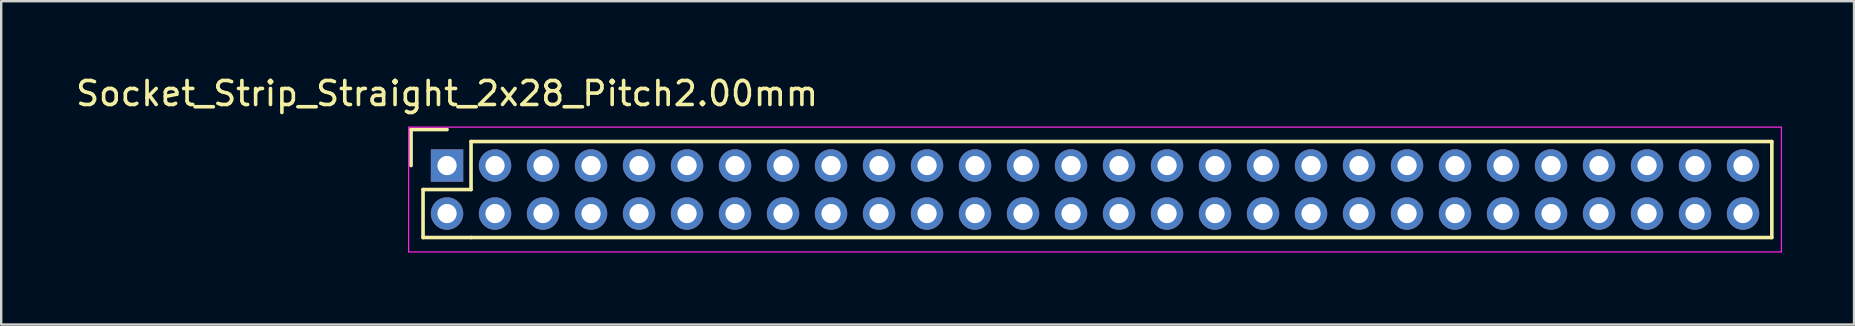
<source format=kicad_pcb>
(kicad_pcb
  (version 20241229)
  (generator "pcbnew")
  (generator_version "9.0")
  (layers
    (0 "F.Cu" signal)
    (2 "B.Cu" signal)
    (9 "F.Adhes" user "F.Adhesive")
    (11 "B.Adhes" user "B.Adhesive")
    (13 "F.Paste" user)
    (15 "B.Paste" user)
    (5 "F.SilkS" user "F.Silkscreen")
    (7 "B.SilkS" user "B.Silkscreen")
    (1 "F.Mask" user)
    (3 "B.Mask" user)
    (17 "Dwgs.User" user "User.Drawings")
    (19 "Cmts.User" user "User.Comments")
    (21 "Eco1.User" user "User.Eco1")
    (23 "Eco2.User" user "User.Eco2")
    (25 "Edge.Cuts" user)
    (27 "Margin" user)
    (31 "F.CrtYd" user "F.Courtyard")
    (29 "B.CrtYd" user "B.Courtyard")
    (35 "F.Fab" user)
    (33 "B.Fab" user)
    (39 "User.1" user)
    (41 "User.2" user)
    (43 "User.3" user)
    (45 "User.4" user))
  (footprint "Socket_Strip_Straight_2x28_Pitch2.00mm"
    (layer "F.Cu")
    (at 15.577 3.848)
    (property "Reference" "Socket_Strip_Straight_2x28_Pitch2.00mm" (at 0 -3 0) (layer "F.SilkS") (effects (font (size 1 1) (thickness 0.15))))
    (attr through_hole)
    (fp_line (start -1.5 -1.5) (end -1.5 0) (stroke (width 0.15) (type solid)) (layer "F.SilkS"))
    (fp_line (start -1 1) (end -1 3) (stroke (width 0.15) (type solid)) (layer "F.SilkS"))
    (fp_line (start -1 3) (end 1 3) (stroke (width 0.15) (type solid)) (layer "F.SilkS"))
    (fp_line (start 0 -1.5) (end -1.5 -1.5) (stroke (width 0.15) (type solid)) (layer "F.SilkS"))
    (fp_line (start 1 -1) (end 1 1) (stroke (width 0.15) (type solid)) (layer "F.SilkS"))
    (fp_line (start 1 1) (end -1 1) (stroke (width 0.15) (type solid)) (layer "F.SilkS"))
    (fp_line (start 1 3) (end 55.2 3) (stroke (width 0.15) (type solid)) (layer "F.SilkS"))
    (fp_line (start 55.2 -1) (end 1 -1) (stroke (width 0.15) (type solid)) (layer "F.SilkS"))
    (fp_line (start 55.2 3) (end 55.2 -1) (stroke (width 0.15) (type solid)) (layer "F.SilkS"))
    (fp_line (start -1.6 -1.6) (end -1.6 3.6) (stroke (width 0.05) (type solid)) (layer "F.CrtYd"))
    (fp_line (start -1.6 3.6) (end 55.6 3.6) (stroke (width 0.05) (type solid)) (layer "F.CrtYd"))
    (fp_line (start 55.6 -1.6) (end -1.6 -1.6) (stroke (width 0.05) (type solid)) (layer "F.CrtYd"))
    (fp_line (start 55.6 3.6) (end 55.6 -1.6) (stroke (width 0.05) (type solid)) (layer "F.CrtYd"))
    (pad "1" thru_hole rect (at 0 0) (size 1.35 1.35) (drill 0.8) (layers "*.Cu" "*.Mask"))
    (pad "2" thru_hole circle (at 0 2) (size 1.35 1.35) (drill 0.8) (layers "*.Cu" "*.Mask"))
    (pad "3" thru_hole circle (at 2 0) (size 1.35 1.35) (drill 0.8) (layers "*.Cu" "*.Mask"))
    (pad "4" thru_hole circle (at 2 2) (size 1.35 1.35) (drill 0.8) (layers "*.Cu" "*.Mask"))
    (pad "5" thru_hole circle (at 4 0) (size 1.35 1.35) (drill 0.8) (layers "*.Cu" "*.Mask"))
    (pad "6" thru_hole circle (at 4 2) (size 1.35 1.35) (drill 0.8) (layers "*.Cu" "*.Mask"))
    (pad "7" thru_hole circle (at 6 0) (size 1.35 1.35) (drill 0.8) (layers "*.Cu" "*.Mask"))
    (pad "8" thru_hole circle (at 6 2) (size 1.35 1.35) (drill 0.8) (layers "*.Cu" "*.Mask"))
    (pad "9" thru_hole circle (at 8 0) (size 1.35 1.35) (drill 0.8) (layers "*.Cu" "*.Mask"))
    (pad "10" thru_hole circle (at 8 2) (size 1.35 1.35) (drill 0.8) (layers "*.Cu" "*.Mask"))
    (pad "11" thru_hole circle (at 10 0) (size 1.35 1.35) (drill 0.8) (layers "*.Cu" "*.Mask"))
    (pad "12" thru_hole circle (at 10 2) (size 1.35 1.35) (drill 0.8) (layers "*.Cu" "*.Mask"))
    (pad "13" thru_hole circle (at 12 0) (size 1.35 1.35) (drill 0.8) (layers "*.Cu" "*.Mask"))
    (pad "14" thru_hole circle (at 12 2) (size 1.35 1.35) (drill 0.8) (layers "*.Cu" "*.Mask"))
    (pad "15" thru_hole circle (at 14 0) (size 1.35 1.35) (drill 0.8) (layers "*.Cu" "*.Mask"))
    (pad "16" thru_hole circle (at 14 2) (size 1.35 1.35) (drill 0.8) (layers "*.Cu" "*.Mask"))
    (pad "17" thru_hole circle (at 16 0) (size 1.35 1.35) (drill 0.8) (layers "*.Cu" "*.Mask"))
    (pad "18" thru_hole circle (at 16 2) (size 1.35 1.35) (drill 0.8) (layers "*.Cu" "*.Mask"))
    (pad "19" thru_hole circle (at 18 0) (size 1.35 1.35) (drill 0.8) (layers "*.Cu" "*.Mask"))
    (pad "20" thru_hole circle (at 18 2) (size 1.35 1.35) (drill 0.8) (layers "*.Cu" "*.Mask"))
    (pad "21" thru_hole circle (at 20 0) (size 1.35 1.35) (drill 0.8) (layers "*.Cu" "*.Mask"))
    (pad "22" thru_hole circle (at 20 2) (size 1.35 1.35) (drill 0.8) (layers "*.Cu" "*.Mask"))
    (pad "23" thru_hole circle (at 22 0) (size 1.35 1.35) (drill 0.8) (layers "*.Cu" "*.Mask"))
    (pad "24" thru_hole circle (at 22 2) (size 1.35 1.35) (drill 0.8) (layers "*.Cu" "*.Mask"))
    (pad "25" thru_hole circle (at 24 0) (size 1.35 1.35) (drill 0.8) (layers "*.Cu" "*.Mask"))
    (pad "26" thru_hole circle (at 24 2) (size 1.35 1.35) (drill 0.8) (layers "*.Cu" "*.Mask"))
    (pad "27" thru_hole circle (at 26 0) (size 1.35 1.35) (drill 0.8) (layers "*.Cu" "*.Mask"))
    (pad "28" thru_hole circle (at 26 2) (size 1.35 1.35) (drill 0.8) (layers "*.Cu" "*.Mask"))
    (pad "29" thru_hole circle (at 28 0) (size 1.35 1.35) (drill 0.8) (layers "*.Cu" "*.Mask"))
    (pad "30" thru_hole circle (at 28 2) (size 1.35 1.35) (drill 0.8) (layers "*.Cu" "*.Mask"))
    (pad "31" thru_hole circle (at 30 0) (size 1.35 1.35) (drill 0.8) (layers "*.Cu" "*.Mask"))
    (pad "32" thru_hole circle (at 30 2) (size 1.35 1.35) (drill 0.8) (layers "*.Cu" "*.Mask"))
    (pad "33" thru_hole circle (at 32 0) (size 1.35 1.35) (drill 0.8) (layers "*.Cu" "*.Mask"))
    (pad "34" thru_hole circle (at 32 2) (size 1.35 1.35) (drill 0.8) (layers "*.Cu" "*.Mask"))
    (pad "35" thru_hole circle (at 34 0) (size 1.35 1.35) (drill 0.8) (layers "*.Cu" "*.Mask"))
    (pad "36" thru_hole circle (at 34 2) (size 1.35 1.35) (drill 0.8) (layers "*.Cu" "*.Mask"))
    (pad "37" thru_hole circle (at 36 0) (size 1.35 1.35) (drill 0.8) (layers "*.Cu" "*.Mask"))
    (pad "38" thru_hole circle (at 36 2) (size 1.35 1.35) (drill 0.8) (layers "*.Cu" "*.Mask"))
    (pad "39" thru_hole circle (at 38 0) (size 1.35 1.35) (drill 0.8) (layers "*.Cu" "*.Mask"))
    (pad "40" thru_hole circle (at 38 2) (size 1.35 1.35) (drill 0.8) (layers "*.Cu" "*.Mask"))
    (pad "41" thru_hole circle (at 40 0) (size 1.35 1.35) (drill 0.8) (layers "*.Cu" "*.Mask"))
    (pad "42" thru_hole circle (at 40 2) (size 1.35 1.35) (drill 0.8) (layers "*.Cu" "*.Mask"))
    (pad "43" thru_hole circle (at 42 0) (size 1.35 1.35) (drill 0.8) (layers "*.Cu" "*.Mask"))
    (pad "44" thru_hole circle (at 42 2) (size 1.35 1.35) (drill 0.8) (layers "*.Cu" "*.Mask"))
    (pad "45" thru_hole circle (at 44 0) (size 1.35 1.35) (drill 0.8) (layers "*.Cu" "*.Mask"))
    (pad "46" thru_hole circle (at 44 2) (size 1.35 1.35) (drill 0.8) (layers "*.Cu" "*.Mask"))
    (pad "47" thru_hole circle (at 46 0) (size 1.35 1.35) (drill 0.8) (layers "*.Cu" "*.Mask"))
    (pad "48" thru_hole circle (at 46 2) (size 1.35 1.35) (drill 0.8) (layers "*.Cu" "*.Mask"))
    (pad "49" thru_hole circle (at 48 0) (size 1.35 1.35) (drill 0.8) (layers "*.Cu" "*.Mask"))
    (pad "50" thru_hole circle (at 48 2) (size 1.35 1.35) (drill 0.8) (layers "*.Cu" "*.Mask"))
    (pad "51" thru_hole circle (at 50 0) (size 1.35 1.35) (drill 0.8) (layers "*.Cu" "*.Mask"))
    (pad "52" thru_hole circle (at 50 2) (size 1.35 1.35) (drill 0.8) (layers "*.Cu" "*.Mask"))
    (pad "53" thru_hole circle (at 52 0) (size 1.35 1.35) (drill 0.8) (layers "*.Cu" "*.Mask"))
    (pad "54" thru_hole circle (at 52 2) (size 1.35 1.35) (drill 0.8) (layers "*.Cu" "*.Mask"))
    (pad "55" thru_hole circle (at 54 0) (size 1.35 1.35) (drill 0.8) (layers "*.Cu" "*.Mask"))
    (pad "56" thru_hole circle (at 54 2) (size 1.35 1.35) (drill 0.8) (layers "*.Cu" "*.Mask")))
  (gr_rect
    (start -3 -3)
    (end 74.202 10.473)
    (stroke (width 0.1) (type default))
    (fill no)
    (layer "Edge.Cuts")))
</source>
